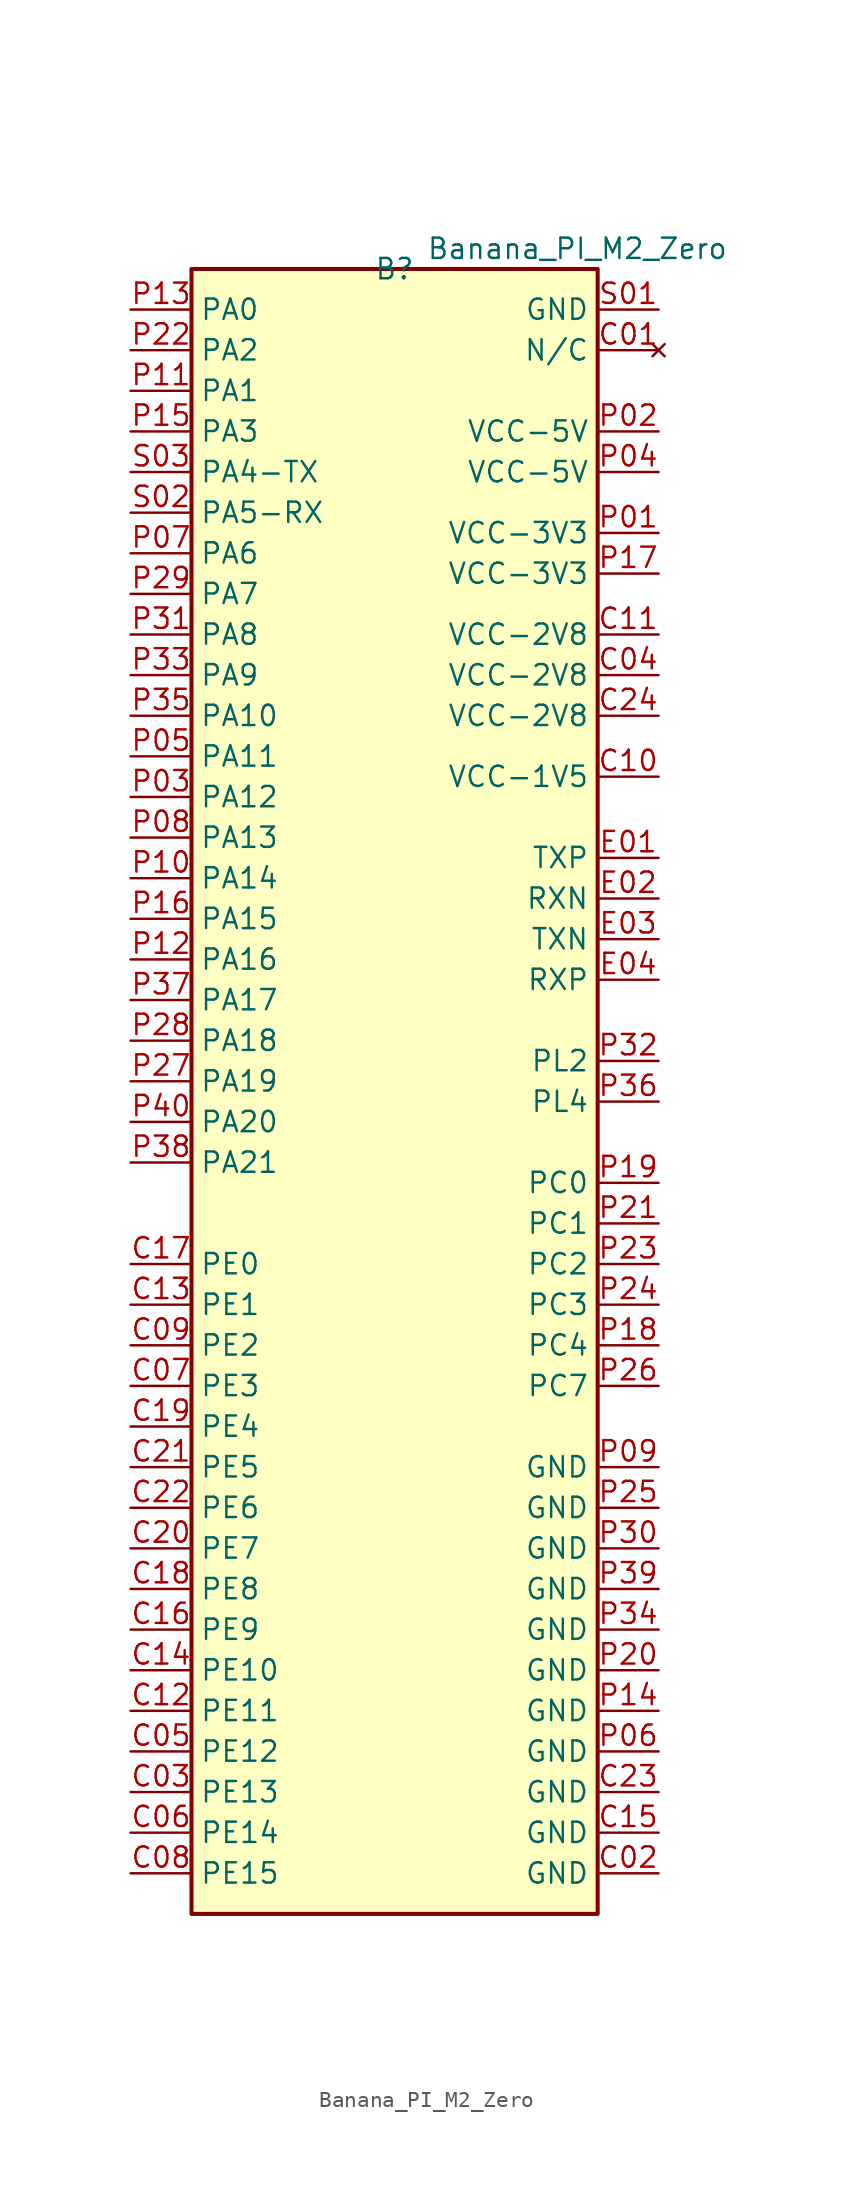
<source format=kicad_sym>
(kicad_symbol_lib
  (version 20231120)
  (generator "kicad_symbol_editor")
  (generator_version "8.0")
  (symbol "Banana_PI_M2_Zero"
    (property "Reference" "B"
      (at 0 0 0)
      (effects (font (size 1.27 1.27))))
    (property "Value" "Banana_PI_M2_Zero"
      (at 11.43 1.27 0)
      (effects (font (size 1.27 1.27))))
    (symbol "Banana_PI_M2_Zero_0_1"
      (rectangle (start -12.7 0) (end 12.7 -102.87) (stroke (width 0.254) (type default)) (fill (type background))))
    (symbol "Banana_PI_M2_Zero_1_1"
      (pin no_connect line (at 16.51 -5.08 180) (length 3.81) (name "N/C" (effects (font (size 1.27 1.27)))) (number "C01" (effects (font (size 1.27 1.27)))))
      (pin power_in line (at 16.51 -100.33 180) (length 3.81) (name "GND" (effects (font (size 1.27 1.27)))) (number "C02" (effects (font (size 1.27 1.27)))))
      (pin bidirectional line (at -16.51 -95.25 0) (length 3.81) (name "PE13" (effects (font (size 1.27 1.27)))) (number "C03" (effects (font (size 1.27 1.27)))))
      (pin power_in line (at 16.51 -25.4 180) (length 3.81) (name "VCC-2V8" (effects (font (size 1.27 1.27)))) (number "C04" (effects (font (size 1.27 1.27)))))
      (pin bidirectional line (at -16.51 -92.71 0) (length 3.81) (name "PE12" (effects (font (size 1.27 1.27)))) (number "C05" (effects (font (size 1.27 1.27)))))
      (pin bidirectional line (at -16.51 -97.79 0) (length 3.81) (name "PE14" (effects (font (size 1.27 1.27)))) (number "C06" (effects (font (size 1.27 1.27)))))
      (pin bidirectional line (at -16.51 -69.85 0) (length 3.81) (name "PE3" (effects (font (size 1.27 1.27)))) (number "C07" (effects (font (size 1.27 1.27)))))
      (pin bidirectional line (at -16.51 -100.33 0) (length 3.81) (name "PE15" (effects (font (size 1.27 1.27)))) (number "C08" (effects (font (size 1.27 1.27)))))
      (pin bidirectional line (at -16.51 -67.31 0) (length 3.81) (name "PE2" (effects (font (size 1.27 1.27)))) (number "C09" (effects (font (size 1.27 1.27)))))
      (pin power_in line (at 16.51 -31.75 180) (length 3.81) (name "VCC-1V5" (effects (font (size 1.27 1.27)))) (number "C10" (effects (font (size 1.27 1.27)))))
      (pin power_in line (at 16.51 -22.86 180) (length 3.81) (name "VCC-2V8" (effects (font (size 1.27 1.27)))) (number "C11" (effects (font (size 1.27 1.27)))))
      (pin bidirectional line (at -16.51 -90.17 0) (length 3.81) (name "PE11" (effects (font (size 1.27 1.27)))) (number "C12" (effects (font (size 1.27 1.27)))))
      (pin bidirectional line (at -16.51 -64.77 0) (length 3.81) (name "PE1" (effects (font (size 1.27 1.27)))) (number "C13" (effects (font (size 1.27 1.27)))))
      (pin bidirectional line (at -16.51 -87.63 0) (length 3.81) (name "PE10" (effects (font (size 1.27 1.27)))) (number "C14" (effects (font (size 1.27 1.27)))))
      (pin power_in line (at 16.51 -97.79 180) (length 3.81) (name "GND" (effects (font (size 1.27 1.27)))) (number "C15" (effects (font (size 1.27 1.27)))))
      (pin bidirectional line (at -16.51 -85.09 0) (length 3.81) (name "PE9" (effects (font (size 1.27 1.27)))) (number "C16" (effects (font (size 1.27 1.27)))))
      (pin bidirectional line (at -16.51 -62.23 0) (length 3.81) (name "PE0" (effects (font (size 1.27 1.27)))) (number "C17" (effects (font (size 1.27 1.27)))))
      (pin bidirectional line (at -16.51 -82.55 0) (length 3.81) (name "PE8" (effects (font (size 1.27 1.27)))) (number "C18" (effects (font (size 1.27 1.27)))))
      (pin bidirectional line (at -16.51 -72.39 0) (length 3.81) (name "PE4" (effects (font (size 1.27 1.27)))) (number "C19" (effects (font (size 1.27 1.27)))))
      (pin bidirectional line (at -16.51 -80.01 0) (length 3.81) (name "PE7" (effects (font (size 1.27 1.27)))) (number "C20" (effects (font (size 1.27 1.27)))))
      (pin bidirectional line (at -16.51 -74.93 0) (length 3.81) (name "PE5" (effects (font (size 1.27 1.27)))) (number "C21" (effects (font (size 1.27 1.27)))))
      (pin bidirectional line (at -16.51 -77.47 0) (length 3.81) (name "PE6" (effects (font (size 1.27 1.27)))) (number "C22" (effects (font (size 1.27 1.27)))))
      (pin power_in line (at 16.51 -95.25 180) (length 3.81) (name "GND" (effects (font (size 1.27 1.27)))) (number "C23" (effects (font (size 1.27 1.27)))))
      (pin power_in line (at 16.51 -27.94 180) (length 3.81) (name "VCC-2V8" (effects (font (size 1.27 1.27)))) (number "C24" (effects (font (size 1.27 1.27)))))
      (pin bidirectional line (at 16.51 -36.83 180) (length 3.81) (name "TXP" (effects (font (size 1.27 1.27)))) (number "E01" (effects (font (size 1.27 1.27)))))
      (pin bidirectional line (at 16.51 -39.37 180) (length 3.81) (name "RXN" (effects (font (size 1.27 1.27)))) (number "E02" (effects (font (size 1.27 1.27)))))
      (pin bidirectional line (at 16.51 -41.91 180) (length 3.81) (name "TXN" (effects (font (size 1.27 1.27)))) (number "E03" (effects (font (size 1.27 1.27)))))
      (pin bidirectional line (at 16.51 -44.45 180) (length 3.81) (name "RXP" (effects (font (size 1.27 1.27)))) (number "E04" (effects (font (size 1.27 1.27)))))
      (pin power_in line (at 16.51 -16.51 180) (length 3.81) (name "VCC-3V3" (effects (font (size 1.27 1.27)))) (number "P01" (effects (font (size 1.27 1.27)))))
      (pin power_in line (at 16.51 -10.16 180) (length 3.81) (name "VCC-5V" (effects (font (size 1.27 1.27)))) (number "P02" (effects (font (size 1.27 1.27)))))
      (pin bidirectional line (at -16.51 -33.02 0) (length 3.81) (name "PA12" (effects (font (size 1.27 1.27)))) (number "P03" (effects (font (size 1.27 1.27)))))
      (pin power_in line (at 16.51 -12.7 180) (length 3.81) (name "VCC-5V" (effects (font (size 1.27 1.27)))) (number "P04" (effects (font (size 1.27 1.27)))))
      (pin bidirectional line (at -16.51 -30.48 0) (length 3.81) (name "PA11" (effects (font (size 1.27 1.27)))) (number "P05" (effects (font (size 1.27 1.27)))))
      (pin power_in line (at 16.51 -92.71 180) (length 3.81) (name "GND" (effects (font (size 1.27 1.27)))) (number "P06" (effects (font (size 1.27 1.27)))))
      (pin bidirectional line (at -16.51 -17.78 0) (length 3.81) (name "PA6" (effects (font (size 1.27 1.27)))) (number "P07" (effects (font (size 1.27 1.27)))))
      (pin bidirectional line (at -16.51 -35.56 0) (length 3.81) (name "PA13" (effects (font (size 1.27 1.27)))) (number "P08" (effects (font (size 1.27 1.27)))))
      (pin power_in line (at 16.51 -74.93 180) (length 3.81) (name "GND" (effects (font (size 1.27 1.27)))) (number "P09" (effects (font (size 1.27 1.27)))))
      (pin bidirectional line (at -16.51 -38.1 0) (length 3.81) (name "PA14" (effects (font (size 1.27 1.27)))) (number "P10" (effects (font (size 1.27 1.27)))))
      (pin bidirectional line (at -16.51 -7.62 0) (length 3.81) (name "PA1" (effects (font (size 1.27 1.27)))) (number "P11" (effects (font (size 1.27 1.27)))))
      (pin bidirectional line (at -16.51 -43.18 0) (length 3.81) (name "PA16" (effects (font (size 1.27 1.27)))) (number "P12" (effects (font (size 1.27 1.27)))))
      (pin bidirectional line (at -16.51 -2.54 0) (length 3.81) (name "PA0" (effects (font (size 1.27 1.27)))) (number "P13" (effects (font (size 1.27 1.27)))))
      (pin power_in line (at 16.51 -90.17 180) (length 3.81) (name "GND" (effects (font (size 1.27 1.27)))) (number "P14" (effects (font (size 1.27 1.27)))))
      (pin bidirectional line (at -16.51 -10.16 0) (length 3.81) (name "PA3" (effects (font (size 1.27 1.27)))) (number "P15" (effects (font (size 1.27 1.27)))))
      (pin bidirectional line (at -16.51 -40.64 0) (length 3.81) (name "PA15" (effects (font (size 1.27 1.27)))) (number "P16" (effects (font (size 1.27 1.27)))))
      (pin power_in line (at 16.51 -19.05 180) (length 3.81) (name "VCC-3V3" (effects (font (size 1.27 1.27)))) (number "P17" (effects (font (size 1.27 1.27)))))
      (pin bidirectional line (at 16.51 -67.31 180) (length 3.81) (name "PC4" (effects (font (size 1.27 1.27)))) (number "P18" (effects (font (size 1.27 1.27)))))
      (pin bidirectional line (at 16.51 -57.15 180) (length 3.81) (name "PC0" (effects (font (size 1.27 1.27)))) (number "P19" (effects (font (size 1.27 1.27)))))
      (pin power_in line (at 16.51 -87.63 180) (length 3.81) (name "GND" (effects (font (size 1.27 1.27)))) (number "P20" (effects (font (size 1.27 1.27)))))
      (pin bidirectional line (at 16.51 -59.69 180) (length 3.81) (name "PC1" (effects (font (size 1.27 1.27)))) (number "P21" (effects (font (size 1.27 1.27)))))
      (pin bidirectional line (at -16.51 -5.08 0) (length 3.81) (name "PA2" (effects (font (size 1.27 1.27)))) (number "P22" (effects (font (size 1.27 1.27)))))
      (pin bidirectional line (at 16.51 -62.23 180) (length 3.81) (name "PC2" (effects (font (size 1.27 1.27)))) (number "P23" (effects (font (size 1.27 1.27)))))
      (pin bidirectional line (at 16.51 -64.77 180) (length 3.81) (name "PC3" (effects (font (size 1.27 1.27)))) (number "P24" (effects (font (size 1.27 1.27)))))
      (pin power_in line (at 16.51 -77.47 180) (length 3.81) (name "GND" (effects (font (size 1.27 1.27)))) (number "P25" (effects (font (size 1.27 1.27)))))
      (pin bidirectional line (at 16.51 -69.85 180) (length 3.81) (name "PC7" (effects (font (size 1.27 1.27)))) (number "P26" (effects (font (size 1.27 1.27)))))
      (pin bidirectional line (at -16.51 -50.8 0) (length 3.81) (name "PA19" (effects (font (size 1.27 1.27)))) (number "P27" (effects (font (size 1.27 1.27)))))
      (pin bidirectional line (at -16.51 -48.26 0) (length 3.81) (name "PA18" (effects (font (size 1.27 1.27)))) (number "P28" (effects (font (size 1.27 1.27)))))
      (pin bidirectional line (at -16.51 -20.32 0) (length 3.81) (name "PA7" (effects (font (size 1.27 1.27)))) (number "P29" (effects (font (size 1.27 1.27)))))
      (pin power_in line (at 16.51 -80.01 180) (length 3.81) (name "GND" (effects (font (size 1.27 1.27)))) (number "P30" (effects (font (size 1.27 1.27)))))
      (pin bidirectional line (at -16.51 -22.86 0) (length 3.81) (name "PA8" (effects (font (size 1.27 1.27)))) (number "P31" (effects (font (size 1.27 1.27)))))
      (pin bidirectional line (at 16.51 -49.53 180) (length 3.81) (name "PL2" (effects (font (size 1.27 1.27)))) (number "P32" (effects (font (size 1.27 1.27)))))
      (pin bidirectional line (at -16.51 -25.4 0) (length 3.81) (name "PA9" (effects (font (size 1.27 1.27)))) (number "P33" (effects (font (size 1.27 1.27)))))
      (pin power_in line (at 16.51 -85.09 180) (length 3.81) (name "GND" (effects (font (size 1.27 1.27)))) (number "P34" (effects (font (size 1.27 1.27)))))
      (pin bidirectional line (at -16.51 -27.94 0) (length 3.81) (name "PA10" (effects (font (size 1.27 1.27)))) (number "P35" (effects (font (size 1.27 1.27)))))
      (pin bidirectional line (at 16.51 -52.07 180) (length 3.81) (name "PL4" (effects (font (size 1.27 1.27)))) (number "P36" (effects (font (size 1.27 1.27)))))
      (pin bidirectional line (at -16.51 -45.72 0) (length 3.81) (name "PA17" (effects (font (size 1.27 1.27)))) (number "P37" (effects (font (size 1.27 1.27)))))
      (pin bidirectional line (at -16.51 -55.88 0) (length 3.81) (name "PA21" (effects (font (size 1.27 1.27)))) (number "P38" (effects (font (size 1.27 1.27)))))
      (pin power_in line (at 16.51 -82.55 180) (length 3.81) (name "GND" (effects (font (size 1.27 1.27)))) (number "P39" (effects (font (size 1.27 1.27)))))
      (pin bidirectional line (at -16.51 -53.34 0) (length 3.81) (name "PA20" (effects (font (size 1.27 1.27)))) (number "P40" (effects (font (size 1.27 1.27)))))
      (pin power_in line (at 16.51 -2.54 180) (length 3.81) (name "GND" (effects (font (size 1.27 1.27)))) (number "S01" (effects (font (size 1.27 1.27)))))
      (pin bidirectional line (at -16.51 -15.24 0) (length 3.81) (name "PA5-RX" (effects (font (size 1.27 1.27)))) (number "S02" (effects (font (size 1.27 1.27)))))
      (pin bidirectional line (at -16.51 -12.7 0) (length 3.81) (name "PA4-TX" (effects (font (size 1.27 1.27)))) (number "S03" (effects (font (size 1.27 1.27))))))))
</source>
